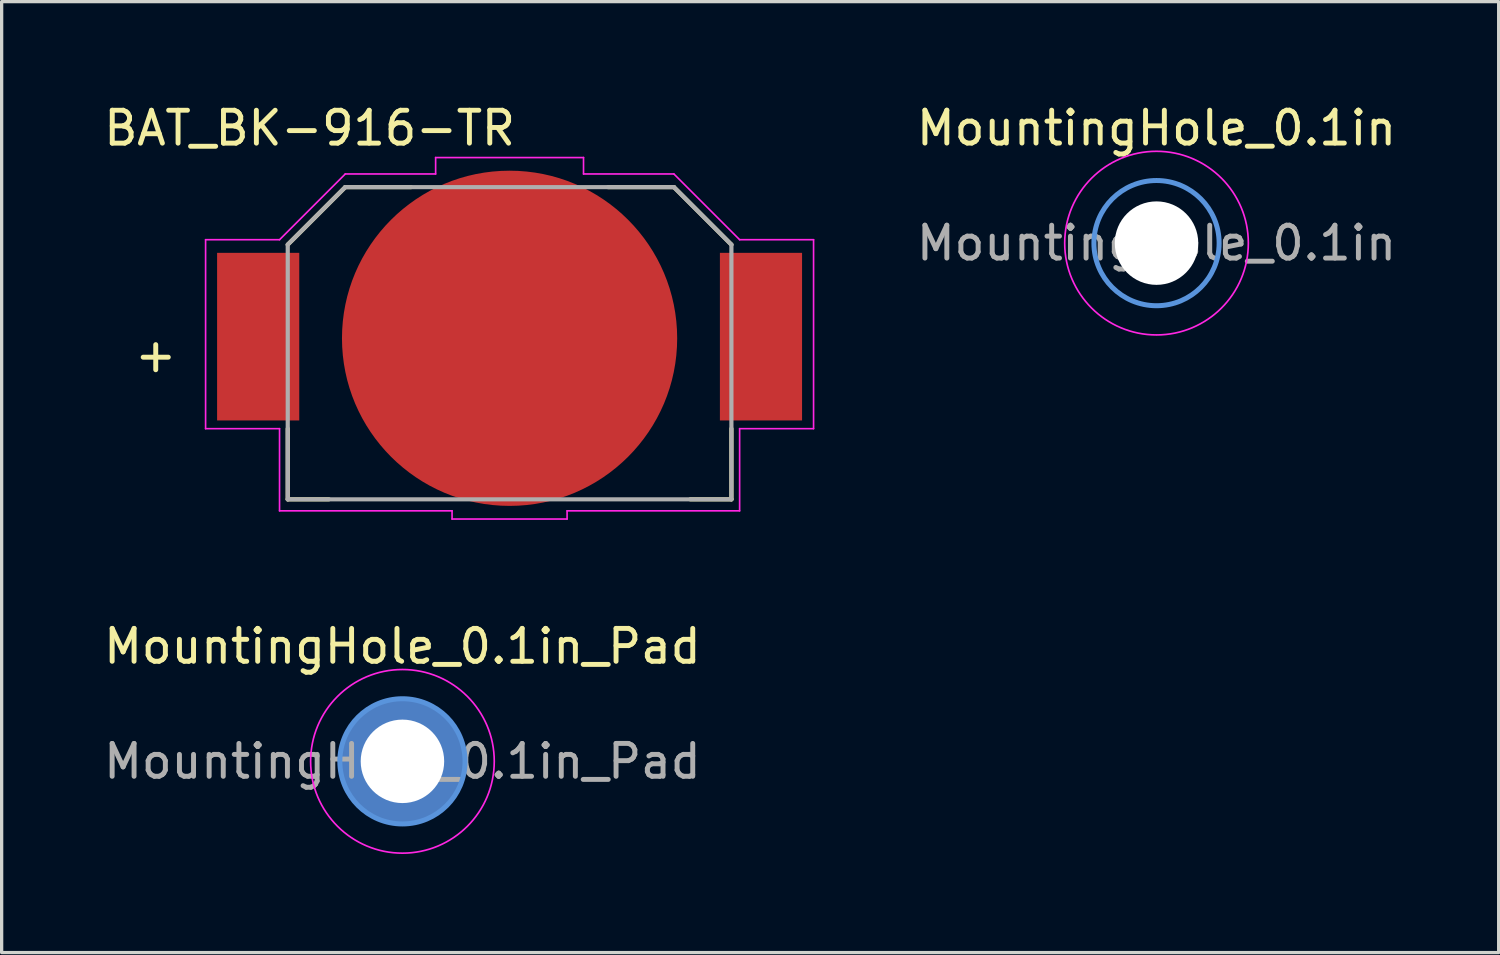
<source format=kicad_pcb>
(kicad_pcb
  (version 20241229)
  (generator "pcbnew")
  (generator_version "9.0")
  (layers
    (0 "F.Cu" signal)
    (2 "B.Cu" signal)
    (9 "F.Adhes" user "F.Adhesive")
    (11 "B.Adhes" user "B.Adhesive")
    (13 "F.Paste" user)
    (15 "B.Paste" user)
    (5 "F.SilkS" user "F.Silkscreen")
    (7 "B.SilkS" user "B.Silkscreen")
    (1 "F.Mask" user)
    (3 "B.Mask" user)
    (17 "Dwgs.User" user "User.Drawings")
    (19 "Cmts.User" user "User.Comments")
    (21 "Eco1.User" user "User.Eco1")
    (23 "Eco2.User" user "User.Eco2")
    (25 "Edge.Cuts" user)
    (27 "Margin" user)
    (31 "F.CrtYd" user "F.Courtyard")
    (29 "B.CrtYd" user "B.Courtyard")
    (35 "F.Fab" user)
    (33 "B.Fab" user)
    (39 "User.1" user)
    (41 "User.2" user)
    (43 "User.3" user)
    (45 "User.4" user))
  (footprint "MountingHole_0.1in"
    (layer "F.Cu")
    (at 32.142 4.348)
    (property "Reference" "MountingHole_0.1in" (at 0 -3.5 0) (layer "F.SilkS") (effects (font (size 1 1) (thickness 0.15))))
    (attr exclude_from_pos_files exclude_from_bom)
    (fp_circle (center 0 0) (end 1.905 0) (stroke (width 0.152) (type solid)) (fill no) (layer "Cmts.User"))
    (fp_circle (center 0 0) (end 2.794 0) (stroke (width 0.051) (type solid)) (fill no) (layer "F.CrtYd"))
    (fp_text user "${REFERENCE}" (at 0 0 0) (layer "F.Fab") (effects (font (size 1 1) (thickness 0.15))))
    (pad "" np_thru_hole circle (at 0 0) (size 2.54 2.54) (drill 2.54) (layers "*.Cu" "*.Mask")))
  (footprint "MountingHole_0.1in_Pad"
    (layer "F.Cu")
    (at 9.196 20.117)
    (property "Reference" "MountingHole_0.1in_Pad" (at 0 -3.5 0) (layer "F.SilkS") (effects (font (size 1 1) (thickness 0.15))))
    (attr exclude_from_pos_files exclude_from_bom)
    (fp_circle (center 0 0) (end 1.905 0) (stroke (width 0.152) (type solid)) (fill no) (layer "Cmts.User"))
    (fp_circle (center 0 0) (end 2.794 0) (stroke (width 0.051) (type solid)) (fill no) (layer "F.CrtYd"))
    (fp_text user "${REFERENCE}" (at 0 0 0) (layer "F.Fab") (effects (font (size 1 1) (thickness 0.15))))
    (pad "1" thru_hole circle (at 0 0) (size 3.81 3.81) (drill 2.54) (layers "*.Cu" "*.Mask")))
  (footprint "BAT_BK-916-TR"
    (layer "F.Cu")
    (at 12.456 7.244)
    (property "Reference" "BAT_BK-916-TR" (at -6.084 -6.394 0) (layer "F.SilkS") (effects (font (size 1.001 1.001) (thickness 0.15))))
    (attr smd)
    (fp_line (start -6.75 -2.85) (end -5 -4.6) (stroke (width 0.127) (type solid)) (layer "F.SilkS"))
    (fp_line (start -6.75 2.75) (end -6.75 4.9) (stroke (width 0.127) (type solid)) (layer "F.SilkS"))
    (fp_line (start -6.75 4.9) (end -5.5 4.9) (stroke (width 0.127) (type solid)) (layer "F.SilkS"))
    (fp_line (start -3 -4.6) (end -5 -4.6) (stroke (width 0.127) (type solid)) (layer "F.SilkS"))
    (fp_line (start 3 -4.6) (end 5 -4.6) (stroke (width 0.127) (type solid)) (layer "F.SilkS"))
    (fp_line (start 5 -4.6) (end 6.75 -2.85) (stroke (width 0.127) (type solid)) (layer "F.SilkS"))
    (fp_line (start 6.75 2.75) (end 6.75 4.9) (stroke (width 0.127) (type solid)) (layer "F.SilkS"))
    (fp_line (start 6.75 4.9) (end 5.5 4.9) (stroke (width 0.127) (type solid)) (layer "F.SilkS"))
    (fp_line (start -9.25 -3) (end -9.25 2.75) (stroke (width 0.05) (type solid)) (layer "F.CrtYd"))
    (fp_line (start -9.25 2.75) (end -7 2.75) (stroke (width 0.05) (type solid)) (layer "F.CrtYd"))
    (fp_line (start -7 -3) (end -9.25 -3) (stroke (width 0.05) (type solid)) (layer "F.CrtYd"))
    (fp_line (start -7 2.75) (end -7 5.25) (stroke (width 0.05) (type solid)) (layer "F.CrtYd"))
    (fp_line (start -7 5.25) (end -1.75 5.25) (stroke (width 0.05) (type solid)) (layer "F.CrtYd"))
    (fp_line (start -5 -5) (end -7 -3) (stroke (width 0.05) (type solid)) (layer "F.CrtYd"))
    (fp_line (start -2.25 -5.5) (end -2.25 -5) (stroke (width 0.05) (type solid)) (layer "F.CrtYd"))
    (fp_line (start -2.25 -5) (end -5 -5) (stroke (width 0.05) (type solid)) (layer "F.CrtYd"))
    (fp_line (start -1.75 5.25) (end -1.75 5.5) (stroke (width 0.05) (type solid)) (layer "F.CrtYd"))
    (fp_line (start -1.75 5.5) (end 1.75 5.5) (stroke (width 0.05) (type solid)) (layer "F.CrtYd"))
    (fp_line (start 1.75 5.25) (end 7 5.25) (stroke (width 0.05) (type solid)) (layer "F.CrtYd"))
    (fp_line (start 1.75 5.5) (end 1.75 5.25) (stroke (width 0.05) (type solid)) (layer "F.CrtYd"))
    (fp_line (start 2.25 -5.5) (end -2.25 -5.5) (stroke (width 0.05) (type solid)) (layer "F.CrtYd"))
    (fp_line (start 2.25 -5) (end 2.25 -5.5) (stroke (width 0.05) (type solid)) (layer "F.CrtYd"))
    (fp_line (start 5 -5) (end 2.25 -5) (stroke (width 0.05) (type solid)) (layer "F.CrtYd"))
    (fp_line (start 7 -3) (end 5 -5) (stroke (width 0.05) (type solid)) (layer "F.CrtYd"))
    (fp_line (start 7 2.75) (end 9.25 2.75) (stroke (width 0.05) (type solid)) (layer "F.CrtYd"))
    (fp_line (start 7 5.25) (end 7 2.75) (stroke (width 0.05) (type solid)) (layer "F.CrtYd"))
    (fp_line (start 9.25 -3) (end 7 -3) (stroke (width 0.05) (type solid)) (layer "F.CrtYd"))
    (fp_line (start 9.25 2.75) (end 9.25 -3) (stroke (width 0.05) (type solid)) (layer "F.CrtYd"))
    (fp_line (start -6.75 -2.85) (end -5 -4.6) (stroke (width 0.127) (type solid)) (layer "F.Fab"))
    (fp_line (start -6.75 4.9) (end -6.75 -2.85) (stroke (width 0.127) (type solid)) (layer "F.Fab"))
    (fp_line (start -5 -4.6) (end 5 -4.6) (stroke (width 0.127) (type solid)) (layer "F.Fab"))
    (fp_line (start 5 -4.6) (end 6.75 -2.85) (stroke (width 0.127) (type solid)) (layer "F.Fab"))
    (fp_line (start 6.75 -2.85) (end 6.75 4.9) (stroke (width 0.127) (type solid)) (layer "F.Fab"))
    (fp_line (start 6.75 4.9) (end -6.75 4.9) (stroke (width 0.127) (type solid)) (layer "F.Fab"))
    (fp_text user "+" (at -10.767 0.501 0) (layer "F.SilkS") (effects (font (size 1.002 1.002) (thickness 0.15))))
    (pad "1" smd rect (at -7.65 -0.05) (size 2.5 5.1) (layers "F.Cu" "F.Mask" "F.Paste"))
    (pad "1" smd rect (at 7.65 -0.05) (size 2.5 5.1) (layers "F.Cu" "F.Mask" "F.Paste"))
    (pad "2" smd circle (at 0 0) (size 10.2 10.2) (layers "F.Cu" "F.Mask" "F.Paste")))
  (gr_rect
    (start -3 -3)
    (end 42.553 25.936)
    (stroke (width 0.1) (type default))
    (fill no)
    (layer "Edge.Cuts")))
</source>
